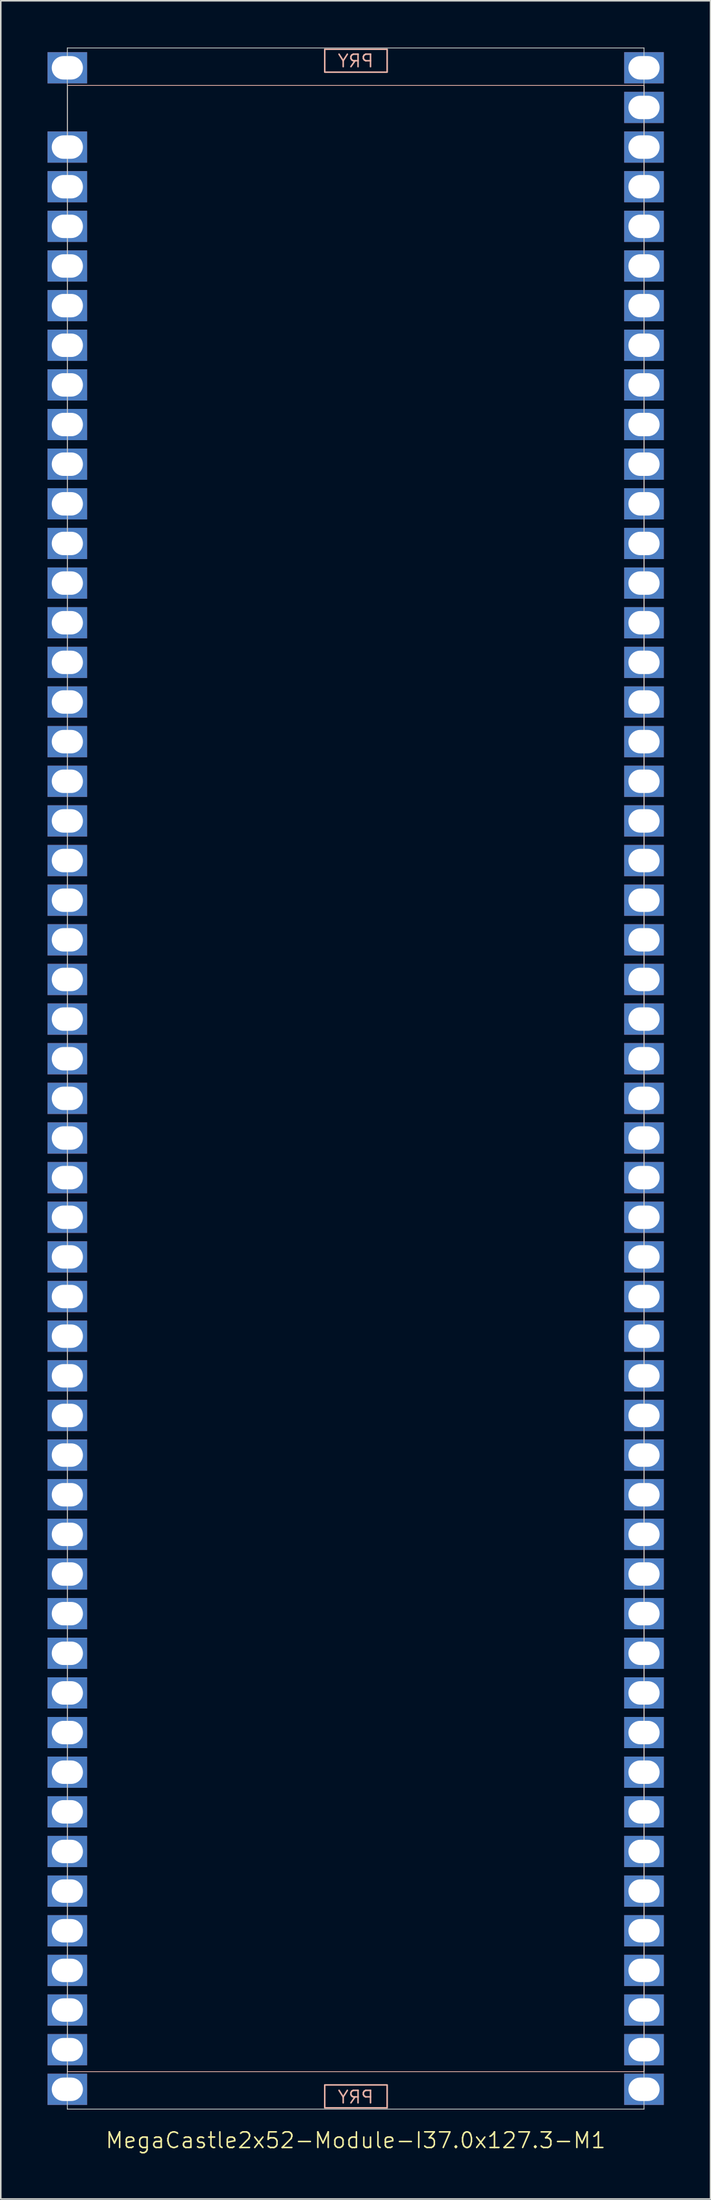
<source format=kicad_pcb>
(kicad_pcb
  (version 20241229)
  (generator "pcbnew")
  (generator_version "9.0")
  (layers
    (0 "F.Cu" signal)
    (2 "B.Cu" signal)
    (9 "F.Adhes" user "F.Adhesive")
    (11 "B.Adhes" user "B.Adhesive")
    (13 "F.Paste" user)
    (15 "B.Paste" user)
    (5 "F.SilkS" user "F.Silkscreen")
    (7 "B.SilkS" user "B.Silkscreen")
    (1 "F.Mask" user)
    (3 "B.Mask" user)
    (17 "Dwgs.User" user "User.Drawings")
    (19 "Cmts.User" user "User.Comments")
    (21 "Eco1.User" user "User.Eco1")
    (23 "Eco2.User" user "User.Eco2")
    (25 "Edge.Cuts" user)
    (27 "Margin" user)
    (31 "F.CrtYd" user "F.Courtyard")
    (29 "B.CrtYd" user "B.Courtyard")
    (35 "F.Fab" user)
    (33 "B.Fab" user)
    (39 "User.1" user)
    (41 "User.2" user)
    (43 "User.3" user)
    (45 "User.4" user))
  (footprint "MegaCastle2x52-Module-I37.0x127.3-M1"
    (layer "F.Cu")
    (at 19.77 66.065)
    (property "Reference" "MegaCastle2x52-Module-I37.0x127.3-M1" (at 0 68.04 0) (unlocked yes) (layer "F.SilkS") (effects (font (size 1 1) (thickness 0.1))))
    (attr smd)
    (fp_rect (start -18.5 63.64) (end 18.5 -63.64) (stroke (width 0.05) (type default)) (fill no) (layer "B.SilkS"))
    (fp_rect (start -1.984 -64.491) (end 2.02 -65.96) (stroke (width 0.1) (type default)) (fill no) (layer "B.SilkS"))
    (fp_rect (start -1.984 64.491) (end 2.02 65.96) (stroke (width 0.1) (type default)) (fill no) (layer "B.SilkS"))
    (fp_line (start -18.5 -66.04) (end -18.5 66.04) (stroke (width 0.05) (type default)) (layer "Edge.Cuts"))
    (fp_line (start -18.5 -66.04) (end 18.5 -66.04) (stroke (width 0.05) (type default)) (layer "Edge.Cuts"))
    (fp_line (start -18.5 66.04) (end 18.5 66.04) (stroke (width 0.05) (type default)) (layer "Edge.Cuts"))
    (fp_line (start 18.5 -66.04) (end 18.5 66.04) (stroke (width 0.05) (type default)) (layer "Edge.Cuts"))
    (fp_text user "PRY" (at 0 -64.74 0) (unlocked yes) (layer "B.SilkS") (effects (font (size 0.8 0.8) (thickness 0.1)) (justify bottom mirror)))
    (fp_text user "PRY" (at 0 65.74 0) (unlocked yes) (layer "B.SilkS") (effects (font (size 0.8 0.8) (thickness 0.1)) (justify bottom mirror)))
    (pad "1" thru_hole rect (at -18.5 -64.77) (size 2.54 2) (drill oval 2 1.5) (property pad_prop_castellated) (layers "*.Cu" "*.Mask"))
    (pad "3" thru_hole rect (at -18.5 -59.69) (size 2.54 2) (drill oval 2 1.5) (property pad_prop_castellated) (layers "*.Cu" "*.Mask"))
    (pad "4" thru_hole rect (at -18.5 -57.15) (size 2.54 2) (drill oval 2 1.5) (property pad_prop_castellated) (layers "*.Cu" "*.Mask"))
    (pad "5" thru_hole rect (at -18.5 -54.61) (size 2.54 2) (drill oval 2 1.5) (property pad_prop_castellated) (layers "*.Cu" "*.Mask"))
    (pad "6" thru_hole rect (at -18.5 -52.07) (size 2.54 2) (drill oval 2 1.5) (property pad_prop_castellated) (layers "*.Cu" "*.Mask"))
    (pad "7" thru_hole rect (at -18.5 -49.53) (size 2.54 2) (drill oval 2 1.5) (property pad_prop_castellated) (layers "*.Cu" "*.Mask"))
    (pad "8" thru_hole rect (at -18.5 -46.99) (size 2.54 2) (drill oval 2 1.5) (property pad_prop_castellated) (layers "*.Cu" "*.Mask"))
    (pad "9" thru_hole rect (at -18.5 -44.45) (size 2.54 2) (drill oval 2 1.5) (property pad_prop_castellated) (layers "*.Cu" "*.Mask"))
    (pad "10" thru_hole rect (at -18.5 -41.91) (size 2.54 2) (drill oval 2 1.5) (property pad_prop_castellated) (layers "*.Cu" "*.Mask"))
    (pad "11" thru_hole rect (at -18.5 -39.37) (size 2.54 2) (drill oval 2 1.5) (property pad_prop_castellated) (layers "*.Cu" "*.Mask"))
    (pad "12" thru_hole rect (at -18.5 -36.83) (size 2.54 2) (drill oval 2 1.5) (property pad_prop_castellated) (layers "*.Cu" "*.Mask"))
    (pad "13" thru_hole rect (at -18.5 -34.29) (size 2.54 2) (drill oval 2 1.5) (property pad_prop_castellated) (layers "*.Cu" "*.Mask"))
    (pad "14" thru_hole rect (at -18.5 -31.75) (size 2.54 2) (drill oval 2 1.5) (property pad_prop_castellated) (layers "*.Cu" "*.Mask"))
    (pad "15" thru_hole rect (at -18.5 -29.21) (size 2.54 2) (drill oval 2 1.5) (property pad_prop_castellated) (layers "*.Cu" "*.Mask"))
    (pad "16" thru_hole rect (at -18.5 -26.67) (size 2.54 2) (drill oval 2 1.5) (property pad_prop_castellated) (layers "*.Cu" "*.Mask"))
    (pad "17" thru_hole rect (at -18.5 -24.13) (size 2.54 2) (drill oval 2 1.5) (property pad_prop_castellated) (layers "*.Cu" "*.Mask"))
    (pad "18" thru_hole rect (at -18.5 -21.59) (size 2.54 2) (drill oval 2 1.5) (property pad_prop_castellated) (layers "*.Cu" "*.Mask"))
    (pad "19" thru_hole rect (at -18.5 -19.05) (size 2.54 2) (drill oval 2 1.5) (property pad_prop_castellated) (layers "*.Cu" "*.Mask"))
    (pad "20" thru_hole rect (at -18.5 -16.51) (size 2.54 2) (drill oval 2 1.5) (property pad_prop_castellated) (layers "*.Cu" "*.Mask"))
    (pad "21" thru_hole rect (at -18.5 -13.97) (size 2.54 2) (drill oval 2 1.5) (property pad_prop_castellated) (layers "*.Cu" "*.Mask"))
    (pad "22" thru_hole rect (at -18.5 -11.43) (size 2.54 2) (drill oval 2 1.5) (property pad_prop_castellated) (layers "*.Cu" "*.Mask"))
    (pad "23" thru_hole rect (at -18.5 -8.89) (size 2.54 2) (drill oval 2 1.5) (property pad_prop_castellated) (layers "*.Cu" "*.Mask"))
    (pad "24" thru_hole rect (at -18.5 -6.35) (size 2.54 2) (drill oval 2 1.5) (property pad_prop_castellated) (layers "*.Cu" "*.Mask"))
    (pad "25" thru_hole rect (at -18.5 -3.81) (size 2.54 2) (drill oval 2 1.5) (property pad_prop_castellated) (layers "*.Cu" "*.Mask"))
    (pad "26" thru_hole rect (at -18.5 -1.27) (size 2.54 2) (drill oval 2 1.5) (property pad_prop_castellated) (layers "*.Cu" "*.Mask"))
    (pad "27" thru_hole rect (at -18.5 1.27) (size 2.54 2) (drill oval 2 1.5) (property pad_prop_castellated) (layers "*.Cu" "*.Mask"))
    (pad "28" thru_hole rect (at -18.5 3.81) (size 2.54 2) (drill oval 2 1.5) (property pad_prop_castellated) (layers "*.Cu" "*.Mask"))
    (pad "29" thru_hole rect (at -18.5 6.35) (size 2.54 2) (drill oval 2 1.5) (property pad_prop_castellated) (layers "*.Cu" "*.Mask"))
    (pad "30" thru_hole rect (at -18.5 8.89) (size 2.54 2) (drill oval 2 1.5) (property pad_prop_castellated) (layers "*.Cu" "*.Mask"))
    (pad "31" thru_hole rect (at -18.5 11.43) (size 2.54 2) (drill oval 2 1.5) (property pad_prop_castellated) (layers "*.Cu" "*.Mask"))
    (pad "32" thru_hole rect (at -18.5 13.97) (size 2.54 2) (drill oval 2 1.5) (property pad_prop_castellated) (layers "*.Cu" "*.Mask"))
    (pad "33" thru_hole rect (at -18.5 16.51) (size 2.54 2) (drill oval 2 1.5) (property pad_prop_castellated) (layers "*.Cu" "*.Mask"))
    (pad "34" thru_hole rect (at -18.5 19.05) (size 2.54 2) (drill oval 2 1.5) (property pad_prop_castellated) (layers "*.Cu" "*.Mask"))
    (pad "35" thru_hole rect (at -18.5 21.59) (size 2.54 2) (drill oval 2 1.5) (property pad_prop_castellated) (layers "*.Cu" "*.Mask"))
    (pad "36" thru_hole rect (at -18.5 24.13) (size 2.54 2) (drill oval 2 1.5) (property pad_prop_castellated) (layers "*.Cu" "*.Mask"))
    (pad "37" thru_hole rect (at -18.5 26.67) (size 2.54 2) (drill oval 2 1.5) (property pad_prop_castellated) (layers "*.Cu" "*.Mask"))
    (pad "38" thru_hole rect (at -18.5 29.21) (size 2.54 2) (drill oval 2 1.5) (property pad_prop_castellated) (layers "*.Cu" "*.Mask"))
    (pad "39" thru_hole rect (at -18.5 31.75) (size 2.54 2) (drill oval 2 1.5) (property pad_prop_castellated) (layers "*.Cu" "*.Mask"))
    (pad "40" thru_hole rect (at -18.5 34.29) (size 2.54 2) (drill oval 2 1.5) (property pad_prop_castellated) (layers "*.Cu" "*.Mask"))
    (pad "41" thru_hole rect (at -18.5 36.83) (size 2.54 2) (drill oval 2 1.5) (property pad_prop_castellated) (layers "*.Cu" "*.Mask"))
    (pad "42" thru_hole rect (at -18.5 39.37) (size 2.54 2) (drill oval 2 1.5) (property pad_prop_castellated) (layers "*.Cu" "*.Mask"))
    (pad "43" thru_hole rect (at -18.5 41.91) (size 2.54 2) (drill oval 2 1.5) (property pad_prop_castellated) (layers "*.Cu" "*.Mask"))
    (pad "44" thru_hole rect (at -18.5 44.45) (size 2.54 2) (drill oval 2 1.5) (property pad_prop_castellated) (layers "*.Cu" "*.Mask"))
    (pad "45" thru_hole rect (at -18.5 46.99) (size 2.54 2) (drill oval 2 1.5) (property pad_prop_castellated) (layers "*.Cu" "*.Mask"))
    (pad "46" thru_hole rect (at -18.5 49.53) (size 2.54 2) (drill oval 2 1.5) (property pad_prop_castellated) (layers "*.Cu" "*.Mask"))
    (pad "47" thru_hole rect (at -18.5 52.07) (size 2.54 2) (drill oval 2 1.5) (property pad_prop_castellated) (layers "*.Cu" "*.Mask"))
    (pad "48" thru_hole rect (at -18.5 54.61) (size 2.54 2) (drill oval 2 1.5) (property pad_prop_castellated) (layers "*.Cu" "*.Mask"))
    (pad "49" thru_hole rect (at -18.5 57.15) (size 2.54 2) (drill oval 2 1.5) (property pad_prop_castellated) (layers "*.Cu" "*.Mask"))
    (pad "50" thru_hole rect (at -18.5 59.69) (size 2.54 2) (drill oval 2 1.5) (property pad_prop_castellated) (layers "*.Cu" "*.Mask"))
    (pad "51" thru_hole rect (at -18.5 62.23) (size 2.54 2) (drill oval 2 1.5) (property pad_prop_castellated) (layers "*.Cu" "*.Mask"))
    (pad "52" thru_hole rect (at -18.5 64.77) (size 2.54 2) (drill oval 2 1.5) (property pad_prop_castellated) (layers "*.Cu" "*.Mask"))
    (pad "53" thru_hole rect (at 18.5 -64.77) (size 2.54 2) (drill oval 2 1.5) (property pad_prop_castellated) (layers "*.Cu" "*.Mask"))
    (pad "54" thru_hole rect (at 18.5 -62.23) (size 2.54 2) (drill oval 2 1.5) (property pad_prop_castellated) (layers "*.Cu" "*.Mask"))
    (pad "55" thru_hole rect (at 18.5 -59.69) (size 2.54 2) (drill oval 2 1.5) (property pad_prop_castellated) (layers "*.Cu" "*.Mask"))
    (pad "56" thru_hole rect (at 18.5 -57.15) (size 2.54 2) (drill oval 2 1.5) (property pad_prop_castellated) (layers "*.Cu" "*.Mask"))
    (pad "57" thru_hole rect (at 18.5 -54.61) (size 2.54 2) (drill oval 2 1.5) (property pad_prop_castellated) (layers "*.Cu" "*.Mask"))
    (pad "58" thru_hole rect (at 18.5 -52.07) (size 2.54 2) (drill oval 2 1.5) (property pad_prop_castellated) (layers "*.Cu" "*.Mask"))
    (pad "59" thru_hole rect (at 18.5 -49.53) (size 2.54 2) (drill oval 2 1.5) (property pad_prop_castellated) (layers "*.Cu" "*.Mask"))
    (pad "60" thru_hole rect (at 18.5 -46.99) (size 2.54 2) (drill oval 2 1.5) (property pad_prop_castellated) (layers "*.Cu" "*.Mask"))
    (pad "61" thru_hole rect (at 18.5 -44.45) (size 2.54 2) (drill oval 2 1.5) (property pad_prop_castellated) (layers "*.Cu" "*.Mask"))
    (pad "62" thru_hole rect (at 18.5 -41.91) (size 2.54 2) (drill oval 2 1.5) (property pad_prop_castellated) (layers "*.Cu" "*.Mask"))
    (pad "63" thru_hole rect (at 18.5 -39.37) (size 2.54 2) (drill oval 2 1.5) (property pad_prop_castellated) (layers "*.Cu" "*.Mask"))
    (pad "64" thru_hole rect (at 18.5 -36.83) (size 2.54 2) (drill oval 2 1.5) (property pad_prop_castellated) (layers "*.Cu" "*.Mask"))
    (pad "65" thru_hole rect (at 18.5 -34.29) (size 2.54 2) (drill oval 2 1.5) (property pad_prop_castellated) (layers "*.Cu" "*.Mask"))
    (pad "66" thru_hole rect (at 18.5 -31.75) (size 2.54 2) (drill oval 2 1.5) (property pad_prop_castellated) (layers "*.Cu" "*.Mask"))
    (pad "67" thru_hole rect (at 18.5 -29.21) (size 2.54 2) (drill oval 2 1.5) (property pad_prop_castellated) (layers "*.Cu" "*.Mask"))
    (pad "68" thru_hole rect (at 18.5 -26.67) (size 2.54 2) (drill oval 2 1.5) (property pad_prop_castellated) (layers "*.Cu" "*.Mask"))
    (pad "69" thru_hole rect (at 18.5 -24.13) (size 2.54 2) (drill oval 2 1.5) (property pad_prop_castellated) (layers "*.Cu" "*.Mask"))
    (pad "70" thru_hole rect (at 18.5 -21.59) (size 2.54 2) (drill oval 2 1.5) (property pad_prop_castellated) (layers "*.Cu" "*.Mask"))
    (pad "71" thru_hole rect (at 18.5 -19.05) (size 2.54 2) (drill oval 2 1.5) (property pad_prop_castellated) (layers "*.Cu" "*.Mask"))
    (pad "72" thru_hole rect (at 18.5 -16.51) (size 2.54 2) (drill oval 2 1.5) (property pad_prop_castellated) (layers "*.Cu" "*.Mask"))
    (pad "73" thru_hole rect (at 18.5 -13.97) (size 2.54 2) (drill oval 2 1.5) (property pad_prop_castellated) (layers "*.Cu" "*.Mask"))
    (pad "74" thru_hole rect (at 18.5 -11.43) (size 2.54 2) (drill oval 2 1.5) (property pad_prop_castellated) (layers "*.Cu" "*.Mask"))
    (pad "75" thru_hole rect (at 18.5 -8.89) (size 2.54 2) (drill oval 2 1.5) (property pad_prop_castellated) (layers "*.Cu" "*.Mask"))
    (pad "76" thru_hole rect (at 18.5 -6.35) (size 2.54 2) (drill oval 2 1.5) (property pad_prop_castellated) (layers "*.Cu" "*.Mask"))
    (pad "77" thru_hole rect (at 18.5 -3.81) (size 2.54 2) (drill oval 2 1.5) (property pad_prop_castellated) (layers "*.Cu" "*.Mask"))
    (pad "78" thru_hole rect (at 18.5 -1.27) (size 2.54 2) (drill oval 2 1.5) (property pad_prop_castellated) (layers "*.Cu" "*.Mask"))
    (pad "79" thru_hole rect (at 18.5 1.27) (size 2.54 2) (drill oval 2 1.5) (property pad_prop_castellated) (layers "*.Cu" "*.Mask"))
    (pad "80" thru_hole rect (at 18.5 3.81) (size 2.54 2) (drill oval 2 1.5) (property pad_prop_castellated) (layers "*.Cu" "*.Mask"))
    (pad "81" thru_hole rect (at 18.5 6.35) (size 2.54 2) (drill oval 2 1.5) (property pad_prop_castellated) (layers "*.Cu" "*.Mask"))
    (pad "82" thru_hole rect (at 18.5 8.89) (size 2.54 2) (drill oval 2 1.5) (property pad_prop_castellated) (layers "*.Cu" "*.Mask"))
    (pad "83" thru_hole rect (at 18.5 11.43) (size 2.54 2) (drill oval 2 1.5) (property pad_prop_castellated) (layers "*.Cu" "*.Mask"))
    (pad "84" thru_hole rect (at 18.5 13.97) (size 2.54 2) (drill oval 2 1.5) (property pad_prop_castellated) (layers "*.Cu" "*.Mask"))
    (pad "85" thru_hole rect (at 18.5 16.51) (size 2.54 2) (drill oval 2 1.5) (property pad_prop_castellated) (layers "*.Cu" "*.Mask"))
    (pad "86" thru_hole rect (at 18.5 19.05) (size 2.54 2) (drill oval 2 1.5) (property pad_prop_castellated) (layers "*.Cu" "*.Mask"))
    (pad "87" thru_hole rect (at 18.5 21.59) (size 2.54 2) (drill oval 2 1.5) (property pad_prop_castellated) (layers "*.Cu" "*.Mask"))
    (pad "88" thru_hole rect (at 18.5 24.13) (size 2.54 2) (drill oval 2 1.5) (property pad_prop_castellated) (layers "*.Cu" "*.Mask"))
    (pad "89" thru_hole rect (at 18.5 26.67) (size 2.54 2) (drill oval 2 1.5) (property pad_prop_castellated) (layers "*.Cu" "*.Mask"))
    (pad "90" thru_hole rect (at 18.5 29.21) (size 2.54 2) (drill oval 2 1.5) (property pad_prop_castellated) (layers "*.Cu" "*.Mask"))
    (pad "91" thru_hole rect (at 18.5 31.75) (size 2.54 2) (drill oval 2 1.5) (property pad_prop_castellated) (layers "*.Cu" "*.Mask"))
    (pad "92" thru_hole rect (at 18.5 34.29) (size 2.54 2) (drill oval 2 1.5) (property pad_prop_castellated) (layers "*.Cu" "*.Mask"))
    (pad "93" thru_hole rect (at 18.5 36.83) (size 2.54 2) (drill oval 2 1.5) (property pad_prop_castellated) (layers "*.Cu" "*.Mask"))
    (pad "94" thru_hole rect (at 18.5 39.37) (size 2.54 2) (drill oval 2 1.5) (property pad_prop_castellated) (layers "*.Cu" "*.Mask"))
    (pad "95" thru_hole rect (at 18.5 41.91) (size 2.54 2) (drill oval 2 1.5) (property pad_prop_castellated) (layers "*.Cu" "*.Mask"))
    (pad "96" thru_hole rect (at 18.5 44.45) (size 2.54 2) (drill oval 2 1.5) (property pad_prop_castellated) (layers "*.Cu" "*.Mask"))
    (pad "97" thru_hole rect (at 18.5 46.99) (size 2.54 2) (drill oval 2 1.5) (property pad_prop_castellated) (layers "*.Cu" "*.Mask"))
    (pad "98" thru_hole rect (at 18.5 49.53) (size 2.54 2) (drill oval 2 1.5) (property pad_prop_castellated) (layers "*.Cu" "*.Mask"))
    (pad "99" thru_hole rect (at 18.5 52.07) (size 2.54 2) (drill oval 2 1.5) (property pad_prop_castellated) (layers "*.Cu" "*.Mask"))
    (pad "100" thru_hole rect (at 18.5 54.61) (size 2.54 2) (drill oval 2 1.5) (property pad_prop_castellated) (layers "*.Cu" "*.Mask"))
    (pad "101" thru_hole rect (at 18.5 57.15) (size 2.54 2) (drill oval 2 1.5) (property pad_prop_castellated) (layers "*.Cu" "*.Mask"))
    (pad "102" thru_hole rect (at 18.5 59.69) (size 2.54 2) (drill oval 2 1.5) (property pad_prop_castellated) (layers "*.Cu" "*.Mask"))
    (pad "103" thru_hole rect (at 18.5 62.23) (size 2.54 2) (drill oval 2 1.5) (property pad_prop_castellated) (layers "*.Cu" "*.Mask"))
    (pad "104" thru_hole rect (at 18.5 64.77) (size 2.54 2) (drill oval 2 1.5) (property pad_prop_castellated) (layers "*.Cu" "*.Mask"))
    (zone (net_name "") (layer "B.Cu") (hatch edge 0.5) (connect_pads) (min_thickness 0.25) (filled_areas_thickness no) (keepout (tracks allowed) (vias allowed) (pads allowed) (copperpour allowed) (footprints not_allowed)) (placement (enabled no)) (fill) (polygon (pts (xy 1.27 132.105) (xy 1.27 0.025))))
    (zone (net_name "") (layer "B.Cu") (hatch edge 0.5) (connect_pads) (min_thickness 0.25) (filled_areas_thickness no) (keepout (tracks allowed) (vias allowed) (pads allowed) (copperpour allowed) (footprints not_allowed)) (placement (enabled no)) (fill) (polygon (pts (xy 38.27 132.105) (xy 38.27 0.025))))
    (zone (net_name "") (layer "B.Cu") (hatch edge 0.5) (connect_pads) (min_thickness 0.25) (filled_areas_thickness no) (keepout (tracks allowed) (vias allowed) (pads allowed) (copperpour allowed) (footprints not_allowed)) (placement (enabled no)) (fill) (polygon (pts (xy 1.27 0.025) (xy 1.27 2.425) (xy 38.27 2.425) (xy 38.27 0.025))))
    (zone (net_name "") (layer "B.Cu") (hatch edge 0.5) (connect_pads) (min_thickness 0.25) (filled_areas_thickness no) (keepout (tracks allowed) (vias allowed) (pads allowed) (copperpour allowed) (footprints not_allowed)) (placement (enabled no)) (fill) (polygon (pts (xy 1.27 132.105) (xy 1.27 129.705) (xy 38.27 129.705) (xy 38.27 132.105))))
    (zone (net_name "") (layer "B.Cu") (name "Upper Pry Zone") (hatch edge 0.5) (connect_pads) (min_thickness 0.25) (filled_areas_thickness no) (keepout (tracks not_allowed) (vias not_allowed) (pads not_allowed) (copperpour allowed) (footprints not_allowed)) (placement (enabled no)) (fill) (polygon (pts (xy 17.786 1.574) (xy 17.786 0.105) (xy 21.79 0.105) (xy 21.79 1.574))))
    (zone (net_name "") (layer "B.Cu") (name "Upper Pry Zone") (hatch edge 0.5) (connect_pads) (min_thickness 0.25) (filled_areas_thickness no) (keepout (tracks not_allowed) (vias not_allowed) (pads not_allowed) (copperpour allowed) (footprints not_allowed)) (placement (enabled no)) (fill) (polygon (pts (xy 17.786 130.556) (xy 17.786 132.025) (xy 21.79 132.025) (xy 21.79 130.556)))))
  (gr_rect
    (start -3 -3)
    (end 42.54 137.866)
    (stroke (width 0.1) (type default))
    (fill no)
    (layer "Edge.Cuts")))
</source>
